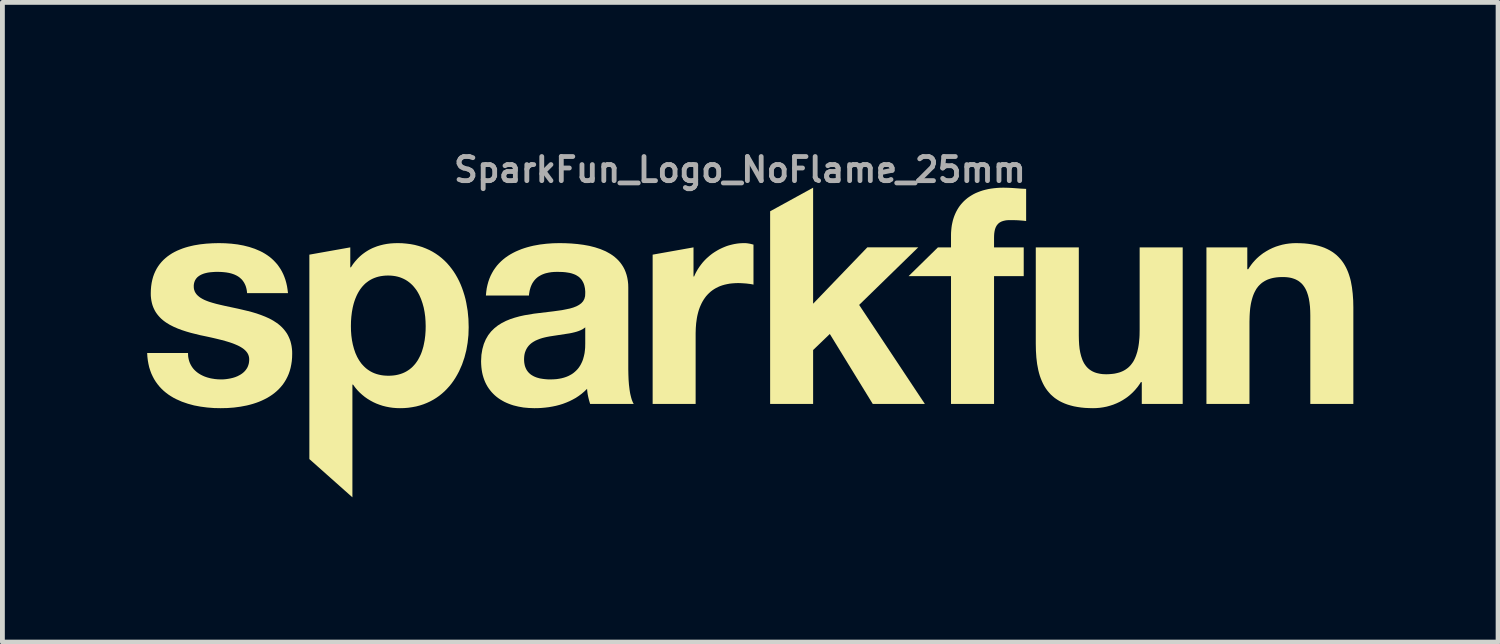
<source format=kicad_pcb>
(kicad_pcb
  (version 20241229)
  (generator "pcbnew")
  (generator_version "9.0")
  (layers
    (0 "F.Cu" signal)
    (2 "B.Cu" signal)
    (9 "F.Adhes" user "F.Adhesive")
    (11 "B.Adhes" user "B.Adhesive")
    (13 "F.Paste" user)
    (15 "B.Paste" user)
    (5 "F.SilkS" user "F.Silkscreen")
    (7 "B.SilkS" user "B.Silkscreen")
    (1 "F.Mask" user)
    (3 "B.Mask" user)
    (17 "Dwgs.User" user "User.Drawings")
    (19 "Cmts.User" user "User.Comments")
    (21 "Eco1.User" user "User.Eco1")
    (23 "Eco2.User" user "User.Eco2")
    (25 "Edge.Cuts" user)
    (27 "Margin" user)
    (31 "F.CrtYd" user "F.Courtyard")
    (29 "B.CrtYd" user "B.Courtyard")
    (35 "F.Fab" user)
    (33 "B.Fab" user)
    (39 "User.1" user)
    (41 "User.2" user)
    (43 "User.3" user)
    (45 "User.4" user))
  (footprint "SparkFun_Logo_NoFlame_25mm"
    (layer "F.Cu")
    (at 12.286 3.516)
    (property "Reference" "SparkFun_Logo_NoFlame_25mm" (at 0 -3.048 0) (layer "F.Fab") (effects (font (size 0.5 0.5) (thickness 0.1))))
    (attr board_only exclude_from_pos_files exclude_from_bom)
    (fp_poly (pts (xy 1.517 -0.271) (xy 2.641 -1.44) (xy 3.696 -1.44) (xy 2.471 -0.246) (xy 3.833 1.806) (xy 2.753 1.806) (xy 1.863 0.356) (xy 1.517 0.689) (xy 1.517 1.806) (xy 0.626 1.806) (xy 0.626 -2.187) (xy 1.517 -2.676)) (stroke (width 0) (type solid)) (fill yes) (layer "F.SilkS"))
    (fp_poly (pts (xy 0.099 -1.527) (xy 0.112 -1.527) (xy 0.125 -1.526) (xy 0.137 -1.525) (xy 0.162 -1.522) (xy 0.186 -1.518) (xy 0.21 -1.514) (xy 0.234 -1.508) (xy 0.258 -1.502) (xy 0.281 -1.496) (xy 0.281 -0.667) (xy 0.249 -0.674) (xy 0.212 -0.68) (xy 0.172 -0.685) (xy 0.131 -0.69) (xy 0.088 -0.693) (xy 0.045 -0.696) (xy 0.002 -0.698) (xy -0.039 -0.699) (xy -0.099 -0.697) (xy -0.157 -0.693) (xy -0.213 -0.687) (xy -0.266 -0.677) (xy -0.316 -0.666) (xy -0.365 -0.652) (xy -0.411 -0.636) (xy -0.454 -0.617) (xy -0.496 -0.596) (xy -0.535 -0.573) (xy -0.572 -0.548) (xy -0.607 -0.521) (xy -0.639 -0.492) (xy -0.67 -0.461) (xy -0.699 -0.429) (xy -0.725 -0.394) (xy -0.75 -0.358) (xy -0.773 -0.32) (xy -0.794 -0.281) (xy -0.813 -0.24) (xy -0.831 -0.198) (xy -0.847 -0.154) (xy -0.861 -0.109) (xy -0.873 -0.063) (xy -0.884 -0.016) (xy -0.893 0.033) (xy -0.907 0.133) (xy -0.915 0.237) (xy -0.918 0.344) (xy -0.918 1.806) (xy -1.809 1.806) (xy -1.809 -1.288) (xy -0.962 -1.439) (xy -0.962 -0.836) (xy -0.949 -0.836) (xy -0.933 -0.874) (xy -0.915 -0.912) (xy -0.895 -0.948) (xy -0.875 -0.983) (xy -0.852 -1.018) (xy -0.829 -1.052) (xy -0.804 -1.085) (xy -0.779 -1.117) (xy -0.752 -1.148) (xy -0.724 -1.178) (xy -0.695 -1.207) (xy -0.665 -1.234) (xy -0.634 -1.261) (xy -0.602 -1.287) (xy -0.569 -1.312) (xy -0.535 -1.335) (xy -0.5 -1.357) (xy -0.465 -1.378) (xy -0.429 -1.398) (xy -0.392 -1.416) (xy -0.355 -1.433) (xy -0.317 -1.449) (xy -0.279 -1.464) (xy -0.24 -1.477) (xy -0.2 -1.488) (xy -0.16 -1.498) (xy -0.12 -1.507) (xy -0.079 -1.514) (xy -0.038 -1.52) (xy 0.003 -1.524) (xy 0.045 -1.526) (xy 0.086 -1.527)) (stroke (width 0) (type solid)) (fill yes) (layer "F.SilkS"))
    (fp_poly (pts (xy 5.521 -2.675) (xy 5.58 -2.673) (xy 5.64 -2.67) (xy 5.699 -2.666) (xy 5.817 -2.657) (xy 5.875 -2.654) (xy 5.932 -2.651) (xy 5.932 -1.985) (xy 5.892 -1.99) (xy 5.851 -1.994) (xy 5.81 -1.997) (xy 5.769 -2) (xy 5.728 -2.002) (xy 5.687 -2.003) (xy 5.646 -2.004) (xy 5.606 -2.004) (xy 5.562 -2.003) (xy 5.541 -2.002) (xy 5.521 -2) (xy 5.502 -1.997) (xy 5.484 -1.993) (xy 5.466 -1.989) (xy 5.45 -1.984) (xy 5.434 -1.979) (xy 5.419 -1.973) (xy 5.405 -1.966) (xy 5.391 -1.958) (xy 5.378 -1.95) (xy 5.366 -1.941) (xy 5.355 -1.931) (xy 5.345 -1.92) (xy 5.335 -1.909) (xy 5.326 -1.897) (xy 5.317 -1.884) (xy 5.31 -1.87) (xy 5.302 -1.855) (xy 5.296 -1.839) (xy 5.29 -1.823) (xy 5.285 -1.806) (xy 5.281 -1.787) (xy 5.277 -1.768) (xy 5.274 -1.748) (xy 5.271 -1.727) (xy 5.268 -1.682) (xy 5.267 -1.634) (xy 5.267 -1.439) (xy 5.882 -1.439) (xy 5.882 -0.843) (xy 5.267 -0.843) (xy 5.267 1.806) (xy 4.375 1.806) (xy 4.375 -0.843) (xy 3.496 -0.843) (xy 4.104 -1.439) (xy 4.375 -1.439) (xy 4.375 -1.69) (xy 4.376 -1.744) (xy 4.38 -1.796) (xy 4.385 -1.848) (xy 4.392 -1.898) (xy 4.402 -1.947) (xy 4.413 -1.995) (xy 4.427 -2.042) (xy 4.443 -2.088) (xy 4.461 -2.132) (xy 4.481 -2.175) (xy 4.503 -2.216) (xy 4.527 -2.256) (xy 4.553 -2.294) (xy 4.582 -2.331) (xy 4.613 -2.366) (xy 4.645 -2.4) (xy 4.68 -2.431) (xy 4.717 -2.462) (xy 4.757 -2.49) (xy 4.798 -2.516) (xy 4.841 -2.541) (xy 4.887 -2.564) (xy 4.935 -2.584) (xy 4.985 -2.603) (xy 5.037 -2.62) (xy 5.091 -2.634) (xy 5.147 -2.647) (xy 5.206 -2.657) (xy 5.267 -2.665) (xy 5.329 -2.671) (xy 5.394 -2.675) (xy 5.462 -2.676)) (stroke (width 0) (type solid)) (fill yes) (layer "F.SilkS"))
    (fp_poly (pts (xy 7.024 0.393) (xy 7.026 0.49) (xy 7.031 0.581) (xy 7.04 0.665) (xy 7.054 0.743) (xy 7.072 0.815) (xy 7.094 0.88) (xy 7.106 0.911) (xy 7.12 0.939) (xy 7.135 0.967) (xy 7.152 0.992) (xy 7.169 1.016) (xy 7.188 1.039) (xy 7.208 1.06) (xy 7.229 1.079) (xy 7.252 1.097) (xy 7.276 1.113) (xy 7.301 1.128) (xy 7.328 1.141) (xy 7.356 1.153) (xy 7.386 1.163) (xy 7.417 1.171) (xy 7.449 1.178) (xy 7.483 1.184) (xy 7.519 1.188) (xy 7.556 1.19) (xy 7.594 1.191) (xy 7.639 1.19) (xy 7.682 1.187) (xy 7.723 1.183) (xy 7.763 1.178) (xy 7.801 1.17) (xy 7.838 1.161) (xy 7.873 1.151) (xy 7.907 1.138) (xy 7.939 1.124) (xy 7.969 1.108) (xy 7.998 1.09) (xy 8.026 1.07) (xy 8.052 1.049) (xy 8.076 1.026) (xy 8.1 1) (xy 8.121 0.973) (xy 8.142 0.944) (xy 8.161 0.913) (xy 8.178 0.88) (xy 8.194 0.845) (xy 8.209 0.808) (xy 8.222 0.769) (xy 8.235 0.728) (xy 8.245 0.685) (xy 8.255 0.64) (xy 8.263 0.592) (xy 8.27 0.543) (xy 8.275 0.491) (xy 8.28 0.437) (xy 8.283 0.381) (xy 8.285 0.262) (xy 8.285 -1.439) (xy 9.177 -1.439) (xy 9.177 1.806) (xy 8.329 1.806) (xy 8.329 1.354) (xy 8.31 1.354) (xy 8.289 1.388) (xy 8.266 1.421) (xy 8.243 1.453) (xy 8.218 1.483) (xy 8.193 1.513) (xy 8.167 1.541) (xy 8.141 1.568) (xy 8.113 1.594) (xy 8.085 1.619) (xy 8.056 1.643) (xy 8.027 1.666) (xy 7.997 1.687) (xy 7.935 1.727) (xy 7.871 1.763) (xy 7.805 1.794) (xy 7.738 1.821) (xy 7.67 1.843) (xy 7.601 1.862) (xy 7.53 1.876) (xy 7.46 1.886) (xy 7.389 1.892) (xy 7.318 1.894) (xy 7.231 1.892) (xy 7.149 1.888) (xy 7.07 1.88) (xy 6.995 1.869) (xy 6.924 1.856) (xy 6.857 1.839) (xy 6.793 1.82) (xy 6.733 1.798) (xy 6.676 1.773) (xy 6.623 1.746) (xy 6.573 1.715) (xy 6.526 1.683) (xy 6.483 1.647) (xy 6.442 1.61) (xy 6.405 1.569) (xy 6.37 1.527) (xy 6.338 1.482) (xy 6.308 1.434) (xy 6.282 1.385) (xy 6.258 1.333) (xy 6.236 1.279) (xy 6.216 1.223) (xy 6.199 1.165) (xy 6.184 1.105) (xy 6.16 0.979) (xy 6.144 0.845) (xy 6.135 0.705) (xy 6.132 0.557) (xy 6.132 -1.439) (xy 7.024 -1.439)) (stroke (width 0) (type solid)) (fill yes) (layer "F.SilkS"))
    (fp_poly (pts (xy 11.614 -1.525) (xy 11.697 -1.521) (xy 11.776 -1.513) (xy 11.85 -1.502) (xy 11.921 -1.489) (xy 11.989 -1.472) (xy 12.052 -1.453) (xy 12.113 -1.431) (xy 12.169 -1.406) (xy 12.222 -1.379) (xy 12.272 -1.349) (xy 12.319 -1.316) (xy 12.363 -1.281) (xy 12.403 -1.243) (xy 12.441 -1.202) (xy 12.476 -1.16) (xy 12.508 -1.115) (xy 12.537 -1.068) (xy 12.564 -1.018) (xy 12.588 -0.966) (xy 12.61 -0.912) (xy 12.629 -0.856) (xy 12.647 -0.798) (xy 12.662 -0.738) (xy 12.685 -0.612) (xy 12.701 -0.478) (xy 12.711 -0.338) (xy 12.714 -0.19) (xy 12.714 1.806) (xy 11.822 1.806) (xy 11.822 -0.027) (xy 11.82 -0.123) (xy 11.815 -0.214) (xy 11.805 -0.298) (xy 11.792 -0.376) (xy 11.774 -0.448) (xy 11.752 -0.513) (xy 11.739 -0.544) (xy 11.725 -0.573) (xy 11.71 -0.6) (xy 11.694 -0.625) (xy 11.676 -0.65) (xy 11.658 -0.672) (xy 11.638 -0.693) (xy 11.616 -0.712) (xy 11.594 -0.73) (xy 11.57 -0.747) (xy 11.544 -0.761) (xy 11.517 -0.775) (xy 11.489 -0.786) (xy 11.46 -0.796) (xy 11.429 -0.805) (xy 11.396 -0.812) (xy 11.362 -0.817) (xy 11.327 -0.821) (xy 11.289 -0.823) (xy 11.251 -0.824) (xy 11.206 -0.823) (xy 11.164 -0.821) (xy 11.122 -0.817) (xy 11.082 -0.811) (xy 11.044 -0.804) (xy 11.008 -0.795) (xy 10.973 -0.784) (xy 10.939 -0.772) (xy 10.907 -0.757) (xy 10.877 -0.741) (xy 10.848 -0.723) (xy 10.82 -0.704) (xy 10.794 -0.682) (xy 10.77 -0.659) (xy 10.746 -0.634) (xy 10.725 -0.607) (xy 10.704 -0.578) (xy 10.686 -0.546) (xy 10.668 -0.513) (xy 10.652 -0.478) (xy 10.637 -0.441) (xy 10.624 -0.402) (xy 10.612 -0.361) (xy 10.601 -0.318) (xy 10.591 -0.273) (xy 10.583 -0.225) (xy 10.576 -0.176) (xy 10.571 -0.124) (xy 10.567 -0.07) (xy 10.564 -0.014) (xy 10.561 0.105) (xy 10.561 1.806) (xy 9.669 1.806) (xy 9.669 -1.439) (xy 10.516 -1.439) (xy 10.516 -0.987) (xy 10.536 -0.987) (xy 10.557 -1.021) (xy 10.58 -1.054) (xy 10.603 -1.086) (xy 10.627 -1.117) (xy 10.653 -1.146) (xy 10.679 -1.175) (xy 10.705 -1.202) (xy 10.733 -1.228) (xy 10.761 -1.253) (xy 10.79 -1.276) (xy 10.819 -1.299) (xy 10.849 -1.321) (xy 10.911 -1.36) (xy 10.975 -1.396) (xy 11.04 -1.427) (xy 11.107 -1.454) (xy 11.176 -1.476) (xy 11.245 -1.495) (xy 11.315 -1.509) (xy 11.386 -1.519) (xy 11.457 -1.525) (xy 11.527 -1.527)) (stroke (width 0) (type solid)) (fill yes) (layer "F.SilkS"))
    (fp_poly (pts (xy -7.003 -1.525) (xy -6.913 -1.517) (xy -6.825 -1.506) (xy -6.741 -1.49) (xy -6.661 -1.469) (xy -6.583 -1.445) (xy -6.509 -1.416) (xy -6.437 -1.384) (xy -6.369 -1.348) (xy -6.304 -1.308) (xy -6.242 -1.265) (xy -6.183 -1.218) (xy -6.127 -1.168) (xy -6.074 -1.115) (xy -6.025 -1.059) (xy -5.978 -1) (xy -5.934 -0.939) (xy -5.893 -0.875) (xy -5.855 -0.808) (xy -5.82 -0.74) (xy -5.788 -0.669) (xy -5.759 -0.596) (xy -5.733 -0.521) (xy -5.709 -0.444) (xy -5.688 -0.366) (xy -5.671 -0.286) (xy -5.643 -0.122) (xy -5.627 0.046) (xy -5.622 0.218) (xy -5.627 0.379) (xy -5.644 0.539) (xy -5.671 0.694) (xy -5.71 0.845) (xy -5.76 0.991) (xy -5.821 1.129) (xy -5.856 1.195) (xy -5.893 1.259) (xy -5.933 1.321) (xy -5.976 1.381) (xy -6.022 1.438) (xy -6.071 1.492) (xy -6.122 1.544) (xy -6.176 1.592) (xy -6.233 1.638) (xy -6.293 1.68) (xy -6.356 1.719) (xy -6.421 1.754) (xy -6.49 1.786) (xy -6.561 1.814) (xy -6.635 1.838) (xy -6.711 1.858) (xy -6.791 1.873) (xy -6.873 1.885) (xy -6.958 1.892) (xy -7.047 1.894) (xy -7.12 1.892) (xy -7.193 1.886) (xy -7.264 1.876) (xy -7.335 1.862) (xy -7.403 1.845) (xy -7.47 1.823) (xy -7.536 1.798) (xy -7.599 1.769) (xy -7.66 1.736) (xy -7.719 1.7) (xy -7.776 1.66) (xy -7.83 1.616) (xy -7.882 1.569) (xy -7.931 1.518) (xy -7.977 1.463) (xy -8.019 1.405) (xy -8.032 1.405) (xy -8.032 3.742) (xy -8.924 2.949) (xy -8.924 0.193) (xy -8.063 0.193) (xy -8.061 0.291) (xy -8.054 0.388) (xy -8.041 0.484) (xy -8.023 0.576) (xy -7.999 0.665) (xy -7.97 0.75) (xy -7.934 0.83) (xy -7.913 0.868) (xy -7.891 0.905) (xy -7.867 0.94) (xy -7.842 0.974) (xy -7.814 1.005) (xy -7.785 1.035) (xy -7.755 1.063) (xy -7.722 1.089) (xy -7.687 1.113) (xy -7.651 1.135) (xy -7.612 1.155) (xy -7.572 1.172) (xy -7.529 1.187) (xy -7.484 1.199) (xy -7.438 1.209) (xy -7.389 1.216) (xy -7.338 1.22) (xy -7.285 1.222) (xy -7.231 1.22) (xy -7.18 1.216) (xy -7.131 1.209) (xy -7.084 1.199) (xy -7.04 1.187) (xy -6.997 1.172) (xy -6.957 1.155) (xy -6.918 1.135) (xy -6.882 1.113) (xy -6.847 1.089) (xy -6.815 1.063) (xy -6.784 1.035) (xy -6.756 1.005) (xy -6.729 0.974) (xy -6.704 0.94) (xy -6.68 0.905) (xy -6.659 0.868) (xy -6.639 0.83) (xy -6.62 0.791) (xy -6.603 0.75) (xy -6.588 0.708) (xy -6.575 0.665) (xy -6.562 0.621) (xy -6.552 0.576) (xy -6.534 0.484) (xy -6.522 0.388) (xy -6.515 0.291) (xy -6.513 0.193) (xy -6.516 0.095) (xy -6.523 -0.002) (xy -6.536 -0.097) (xy -6.554 -0.191) (xy -6.579 -0.281) (xy -6.609 -0.368) (xy -6.645 -0.45) (xy -6.666 -0.489) (xy -6.688 -0.527) (xy -6.712 -0.563) (xy -6.738 -0.597) (xy -6.765 -0.63) (xy -6.794 -0.661) (xy -6.825 -0.69) (xy -6.858 -0.717) (xy -6.892 -0.742) (xy -6.929 -0.765) (xy -6.967 -0.785) (xy -7.007 -0.803) (xy -7.049 -0.819) (xy -7.094 -0.832) (xy -7.14 -0.842) (xy -7.188 -0.849) (xy -7.239 -0.854) (xy -7.291 -0.855) (xy -7.345 -0.854) (xy -7.396 -0.849) (xy -7.445 -0.842) (xy -7.492 -0.832) (xy -7.537 -0.819) (xy -7.579 -0.804) (xy -7.62 -0.786) (xy -7.658 -0.766) (xy -7.695 -0.743) (xy -7.729 -0.718) (xy -7.762 -0.692) (xy -7.792 -0.663) (xy -7.821 -0.632) (xy -7.848 -0.599) (xy -7.873 -0.565) (xy -7.896 -0.529) (xy -7.918 -0.491) (xy -7.938 -0.452) (xy -7.956 -0.412) (xy -7.973 -0.37) (xy -7.988 -0.328) (xy -8.002 -0.284) (xy -8.014 -0.239) (xy -8.025 -0.193) (xy -8.042 -0.1) (xy -8.054 -0.003) (xy -8.061 0.094) (xy -8.063 0.193) (xy -8.924 0.193) (xy -8.924 -1.288) (xy -8.076 -1.439) (xy -8.076 -1.025) (xy -8.063 -1.025) (xy -8.042 -1.057) (xy -8.021 -1.089) (xy -7.998 -1.119) (xy -7.975 -1.148) (xy -7.951 -1.175) (xy -7.927 -1.202) (xy -7.902 -1.227) (xy -7.876 -1.252) (xy -7.85 -1.275) (xy -7.823 -1.297) (xy -7.795 -1.318) (xy -7.767 -1.338) (xy -7.738 -1.357) (xy -7.709 -1.375) (xy -7.679 -1.392) (xy -7.648 -1.408) (xy -7.617 -1.423) (xy -7.586 -1.436) (xy -7.521 -1.461) (xy -7.455 -1.481) (xy -7.386 -1.498) (xy -7.316 -1.511) (xy -7.245 -1.52) (xy -7.171 -1.525) (xy -7.097 -1.527)) (stroke (width 0) (type solid)) (fill yes) (layer "F.SilkS"))
    (fp_poly (pts (xy -3.617 -1.525) (xy -3.493 -1.519) (xy -3.368 -1.508) (xy -3.244 -1.492) (xy -3.122 -1.47) (xy -3.004 -1.44) (xy -2.891 -1.403) (xy -2.784 -1.358) (xy -2.734 -1.331) (xy -2.685 -1.303) (xy -2.638 -1.272) (xy -2.594 -1.238) (xy -2.553 -1.202) (xy -2.514 -1.163) (xy -2.479 -1.122) (xy -2.446 -1.077) (xy -2.416 -1.029) (xy -2.39 -0.979) (xy -2.368 -0.925) (xy -2.349 -0.868) (xy -2.334 -0.807) (xy -2.323 -0.743) (xy -2.316 -0.676) (xy -2.314 -0.605) (xy -2.314 1.085) (xy -2.312 1.195) (xy -2.308 1.303) (xy -2.3 1.408) (xy -2.288 1.507) (xy -2.281 1.553) (xy -2.273 1.598) (xy -2.263 1.64) (xy -2.253 1.679) (xy -2.242 1.716) (xy -2.229 1.75) (xy -2.216 1.78) (xy -2.201 1.806) (xy -3.105 1.806) (xy -3.116 1.768) (xy -3.127 1.73) (xy -3.137 1.691) (xy -3.146 1.652) (xy -3.154 1.612) (xy -3.16 1.572) (xy -3.165 1.532) (xy -3.168 1.493) (xy -3.223 1.546) (xy -3.28 1.595) (xy -3.339 1.639) (xy -3.401 1.68) (xy -3.466 1.716) (xy -3.532 1.749) (xy -3.6 1.778) (xy -3.669 1.804) (xy -3.74 1.826) (xy -3.813 1.845) (xy -3.886 1.86) (xy -3.96 1.873) (xy -4.035 1.882) (xy -4.11 1.889) (xy -4.185 1.893) (xy -4.261 1.894) (xy -4.375 1.89) (xy -4.486 1.88) (xy -4.593 1.861) (xy -4.695 1.836) (xy -4.744 1.82) (xy -4.792 1.802) (xy -4.838 1.783) (xy -4.883 1.762) (xy -4.926 1.738) (xy -4.968 1.713) (xy -5.008 1.686) (xy -5.046 1.657) (xy -5.082 1.626) (xy -5.116 1.593) (xy -5.149 1.558) (xy -5.179 1.521) (xy -5.208 1.482) (xy -5.234 1.442) (xy -5.258 1.399) (xy -5.28 1.354) (xy -5.299 1.307) (xy -5.316 1.258) (xy -5.331 1.207) (xy -5.343 1.154) (xy -5.352 1.099) (xy -5.359 1.041) (xy -5.363 0.982) (xy -5.365 0.921) (xy -5.363 0.884) (xy -4.474 0.884) (xy -4.473 0.913) (xy -4.471 0.942) (xy -4.467 0.969) (xy -4.462 0.995) (xy -4.456 1.02) (xy -4.448 1.043) (xy -4.439 1.065) (xy -4.429 1.086) (xy -4.418 1.106) (xy -4.405 1.124) (xy -4.392 1.142) (xy -4.377 1.158) (xy -4.362 1.173) (xy -4.345 1.188) (xy -4.328 1.201) (xy -4.309 1.213) (xy -4.29 1.224) (xy -4.27 1.235) (xy -4.249 1.244) (xy -4.227 1.253) (xy -4.205 1.261) (xy -4.182 1.267) (xy -4.159 1.274) (xy -4.135 1.279) (xy -4.085 1.287) (xy -4.034 1.293) (xy -3.981 1.297) (xy -3.927 1.298) (xy -3.864 1.296) (xy -3.804 1.292) (xy -3.748 1.284) (xy -3.696 1.274) (xy -3.647 1.261) (xy -3.602 1.246) (xy -3.56 1.229) (xy -3.521 1.209) (xy -3.484 1.188) (xy -3.451 1.165) (xy -3.421 1.14) (xy -3.393 1.114) (xy -3.367 1.087) (xy -3.344 1.059) (xy -3.324 1.03) (xy -3.305 1) (xy -3.289 0.969) (xy -3.274 0.938) (xy -3.261 0.907) (xy -3.25 0.875) (xy -3.233 0.813) (xy -3.22 0.752) (xy -3.213 0.694) (xy -3.208 0.641) (xy -3.206 0.551) (xy -3.206 0.218) (xy -3.22 0.23) (xy -3.236 0.241) (xy -3.252 0.252) (xy -3.269 0.262) (xy -3.306 0.28) (xy -3.346 0.296) (xy -3.389 0.31) (xy -3.433 0.322) (xy -3.48 0.333) (xy -3.529 0.343) (xy -3.946 0.407) (xy -3.998 0.417) (xy -4.048 0.428) (xy -4.098 0.441) (xy -4.145 0.456) (xy -4.191 0.474) (xy -4.235 0.493) (xy -4.276 0.516) (xy -4.295 0.528) (xy -4.314 0.541) (xy -4.332 0.555) (xy -4.349 0.57) (xy -4.365 0.586) (xy -4.38 0.602) (xy -4.394 0.62) (xy -4.407 0.638) (xy -4.419 0.658) (xy -4.43 0.678) (xy -4.44 0.7) (xy -4.449 0.723) (xy -4.457 0.746) (xy -4.463 0.771) (xy -4.468 0.798) (xy -4.471 0.825) (xy -4.473 0.854) (xy -4.474 0.884) (xy -5.363 0.884) (xy -5.358 0.789) (xy -5.338 0.67) (xy -5.308 0.563) (xy -5.267 0.467) (xy -5.217 0.381) (xy -5.158 0.305) (xy -5.091 0.239) (xy -5.017 0.18) (xy -4.937 0.13) (xy -4.851 0.086) (xy -4.761 0.049) (xy -4.667 0.018) (xy -4.569 -0.009) (xy -4.47 -0.031) (xy -4.267 -0.065) (xy -3.869 -0.113) (xy -3.688 -0.138) (xy -3.526 -0.171) (xy -3.454 -0.192) (xy -3.39 -0.217) (xy -3.334 -0.247) (xy -3.287 -0.282) (xy -3.25 -0.323) (xy -3.224 -0.372) (xy -3.209 -0.427) (xy -3.206 -0.491) (xy -3.206 -0.526) (xy -3.209 -0.558) (xy -3.212 -0.589) (xy -3.218 -0.618) (xy -3.224 -0.646) (xy -3.232 -0.672) (xy -3.241 -0.696) (xy -3.252 -0.719) (xy -3.264 -0.74) (xy -3.276 -0.76) (xy -3.291 -0.779) (xy -3.306 -0.796) (xy -3.322 -0.812) (xy -3.339 -0.827) (xy -3.358 -0.84) (xy -3.377 -0.852) (xy -3.397 -0.864) (xy -3.418 -0.874) (xy -3.44 -0.883) (xy -3.463 -0.891) (xy -3.486 -0.899) (xy -3.51 -0.905) (xy -3.535 -0.911) (xy -3.561 -0.915) (xy -3.613 -0.923) (xy -3.668 -0.928) (xy -3.725 -0.93) (xy -3.783 -0.931) (xy -3.846 -0.93) (xy -3.906 -0.925) (xy -3.963 -0.916) (xy -4.017 -0.904) (xy -4.042 -0.897) (xy -4.067 -0.888) (xy -4.09 -0.879) (xy -4.113 -0.869) (xy -4.135 -0.857) (xy -4.156 -0.845) (xy -4.177 -0.832) (xy -4.196 -0.818) (xy -4.214 -0.803) (xy -4.232 -0.786) (xy -4.248 -0.769) (xy -4.264 -0.75) (xy -4.278 -0.731) (xy -4.292 -0.71) (xy -4.305 -0.689) (xy -4.316 -0.666) (xy -4.327 -0.642) (xy -4.337 -0.617) (xy -4.345 -0.59) (xy -4.353 -0.563) (xy -4.36 -0.534) (xy -4.365 -0.504) (xy -4.37 -0.473) (xy -4.373 -0.441) (xy -5.265 -0.441) (xy -5.258 -0.517) (xy -5.248 -0.59) (xy -5.233 -0.659) (xy -5.215 -0.725) (xy -5.193 -0.789) (xy -5.168 -0.849) (xy -5.139 -0.906) (xy -5.108 -0.96) (xy -5.073 -1.011) (xy -5.036 -1.06) (xy -4.995 -1.106) (xy -4.952 -1.149) (xy -4.907 -1.189) (xy -4.859 -1.227) (xy -4.809 -1.262) (xy -4.756 -1.295) (xy -4.702 -1.325) (xy -4.646 -1.353) (xy -4.588 -1.378) (xy -4.529 -1.402) (xy -4.468 -1.423) (xy -4.406 -1.442) (xy -4.342 -1.459) (xy -4.278 -1.474) (xy -4.146 -1.498) (xy -4.012 -1.514) (xy -3.876 -1.524) (xy -3.74 -1.527)) (stroke (width 0) (type solid)) (fill yes) (layer "F.SilkS"))
    (fp_poly (pts (xy -10.668 -1.524) (xy -10.539 -1.515) (xy -10.412 -1.5) (xy -10.288 -1.477) (xy -10.169 -1.447) (xy -10.055 -1.409) (xy -9.947 -1.363) (xy -9.895 -1.337) (xy -9.845 -1.308) (xy -9.797 -1.277) (xy -9.751 -1.244) (xy -9.707 -1.208) (xy -9.665 -1.169) (xy -9.626 -1.128) (xy -9.588 -1.085) (xy -9.554 -1.038) (xy -9.521 -0.989) (xy -9.492 -0.938) (xy -9.465 -0.883) (xy -9.441 -0.825) (xy -9.42 -0.765) (xy -9.402 -0.701) (xy -9.387 -0.634) (xy -9.376 -0.564) (xy -9.367 -0.491) (xy -10.215 -0.491) (xy -10.218 -0.523) (xy -10.222 -0.553) (xy -10.228 -0.582) (xy -10.235 -0.609) (xy -10.243 -0.635) (xy -10.253 -0.66) (xy -10.264 -0.683) (xy -10.276 -0.706) (xy -10.289 -0.726) (xy -10.303 -0.746) (xy -10.318 -0.765) (xy -10.334 -0.782) (xy -10.352 -0.798) (xy -10.37 -0.814) (xy -10.389 -0.828) (xy -10.409 -0.841) (xy -10.43 -0.853) (xy -10.452 -0.864) (xy -10.474 -0.874) (xy -10.497 -0.883) (xy -10.521 -0.891) (xy -10.546 -0.899) (xy -10.571 -0.905) (xy -10.597 -0.911) (xy -10.651 -0.92) (xy -10.707 -0.926) (xy -10.765 -0.93) (xy -10.824 -0.931) (xy -10.863 -0.931) (xy -10.903 -0.929) (xy -10.944 -0.926) (xy -10.986 -0.922) (xy -11.028 -0.916) (xy -11.069 -0.907) (xy -11.109 -0.896) (xy -11.148 -0.881) (xy -11.166 -0.873) (xy -11.183 -0.864) (xy -11.2 -0.854) (xy -11.216 -0.843) (xy -11.231 -0.832) (xy -11.246 -0.819) (xy -11.259 -0.805) (xy -11.271 -0.79) (xy -11.282 -0.774) (xy -11.292 -0.757) (xy -11.3 -0.739) (xy -11.307 -0.72) (xy -11.313 -0.699) (xy -11.317 -0.677) (xy -11.32 -0.654) (xy -11.32 -0.629) (xy -11.319 -0.6) (xy -11.315 -0.572) (xy -11.307 -0.546) (xy -11.298 -0.521) (xy -11.285 -0.498) (xy -11.27 -0.476) (xy -11.253 -0.455) (xy -11.233 -0.436) (xy -11.211 -0.417) (xy -11.187 -0.399) (xy -11.161 -0.383) (xy -11.133 -0.367) (xy -11.103 -0.352) (xy -11.071 -0.338) (xy -11.038 -0.325) (xy -11.003 -0.312) (xy -10.929 -0.289) (xy -10.85 -0.267) (xy -10.766 -0.247) (xy -10.679 -0.227) (xy -10.497 -0.188) (xy -10.403 -0.168) (xy -10.309 -0.146) (xy -10.212 -0.123) (xy -10.115 -0.098) (xy -10.021 -0.07) (xy -9.929 -0.038) (xy -9.84 -0.003) (xy -9.755 0.035) (xy -9.674 0.079) (xy -9.599 0.128) (xy -9.564 0.154) (xy -9.53 0.182) (xy -9.498 0.212) (xy -9.468 0.243) (xy -9.44 0.276) (xy -9.414 0.31) (xy -9.389 0.346) (xy -9.367 0.385) (xy -9.348 0.425) (xy -9.33 0.467) (xy -9.315 0.511) (xy -9.303 0.557) (xy -9.293 0.605) (xy -9.286 0.656) (xy -9.281 0.709) (xy -9.28 0.764) (xy -9.282 0.843) (xy -9.288 0.918) (xy -9.299 0.989) (xy -9.313 1.058) (xy -9.331 1.123) (xy -9.353 1.186) (xy -9.379 1.245) (xy -9.408 1.301) (xy -9.44 1.354) (xy -9.475 1.405) (xy -9.514 1.452) (xy -9.555 1.497) (xy -9.599 1.539) (xy -9.645 1.578) (xy -9.694 1.615) (xy -9.745 1.649) (xy -9.798 1.681) (xy -9.854 1.71) (xy -9.911 1.737) (xy -9.97 1.762) (xy -10.03 1.784) (xy -10.092 1.804) (xy -10.156 1.822) (xy -10.22 1.838) (xy -10.352 1.863) (xy -10.487 1.881) (xy -10.624 1.891) (xy -10.762 1.894) (xy -10.902 1.891) (xy -11.042 1.88) (xy -11.179 1.862) (xy -11.313 1.837) (xy -11.442 1.802) (xy -11.567 1.759) (xy -11.684 1.707) (xy -11.74 1.678) (xy -11.795 1.645) (xy -11.847 1.611) (xy -11.896 1.574) (xy -11.944 1.534) (xy -11.989 1.491) (xy -12.031 1.446) (xy -12.07 1.398) (xy -12.107 1.347) (xy -12.141 1.293) (xy -12.171 1.236) (xy -12.199 1.176) (xy -12.222 1.114) (xy -12.243 1.048) (xy -12.259 0.978) (xy -12.272 0.906) (xy -12.281 0.83) (xy -12.286 0.751) (xy -11.439 0.751) (xy -11.438 0.787) (xy -11.436 0.821) (xy -11.431 0.853) (xy -11.424 0.885) (xy -11.416 0.915) (xy -11.406 0.944) (xy -11.394 0.972) (xy -11.381 0.998) (xy -11.366 1.024) (xy -11.35 1.048) (xy -11.333 1.071) (xy -11.314 1.093) (xy -11.294 1.113) (xy -11.272 1.133) (xy -11.25 1.151) (xy -11.227 1.168) (xy -11.202 1.184) (xy -11.177 1.199) (xy -11.15 1.213) (xy -11.123 1.226) (xy -11.095 1.238) (xy -11.067 1.248) (xy -11.037 1.258) (xy -11.007 1.266) (xy -10.977 1.274) (xy -10.946 1.28) (xy -10.883 1.29) (xy -10.819 1.296) (xy -10.755 1.298) (xy -10.707 1.297) (xy -10.658 1.293) (xy -10.608 1.286) (xy -10.558 1.277) (xy -10.508 1.265) (xy -10.46 1.25) (xy -10.413 1.231) (xy -10.369 1.208) (xy -10.348 1.196) (xy -10.327 1.182) (xy -10.308 1.168) (xy -10.29 1.153) (xy -10.272 1.136) (xy -10.256 1.119) (xy -10.241 1.1) (xy -10.227 1.081) (xy -10.214 1.06) (xy -10.203 1.039) (xy -10.194 1.016) (xy -10.186 0.992) (xy -10.179 0.967) (xy -10.175 0.94) (xy -10.172 0.913) (xy -10.171 0.884) (xy -10.172 0.859) (xy -10.175 0.835) (xy -10.181 0.812) (xy -10.188 0.79) (xy -10.198 0.769) (xy -10.21 0.748) (xy -10.224 0.729) (xy -10.24 0.71) (xy -10.258 0.692) (xy -10.278 0.674) (xy -10.3 0.657) (xy -10.324 0.641) (xy -10.35 0.625) (xy -10.377 0.61) (xy -10.407 0.595) (xy -10.439 0.581) (xy -10.472 0.567) (xy -10.507 0.553) (xy -10.544 0.54) (xy -10.583 0.527) (xy -10.666 0.502) (xy -10.756 0.478) (xy -10.853 0.454) (xy -10.956 0.43) (xy -11.066 0.406) (xy -11.182 0.382) (xy -11.376 0.334) (xy -11.47 0.307) (xy -11.562 0.277) (xy -11.651 0.244) (xy -11.736 0.207) (xy -11.817 0.166) (xy -11.892 0.12) (xy -11.927 0.095) (xy -11.961 0.069) (xy -11.993 0.041) (xy -12.023 0.011) (xy -12.051 -0.02) (xy -12.077 -0.052) (xy -12.102 -0.087) (xy -12.124 -0.123) (xy -12.143 -0.161) (xy -12.161 -0.201) (xy -12.176 -0.243) (xy -12.188 -0.287) (xy -12.198 -0.333) (xy -12.205 -0.381) (xy -12.21 -0.432) (xy -12.211 -0.485) (xy -12.209 -0.561) (xy -12.203 -0.633) (xy -12.193 -0.702) (xy -12.179 -0.768) (xy -12.162 -0.83) (xy -12.141 -0.889) (xy -12.116 -0.945) (xy -12.089 -0.997) (xy -12.058 -1.047) (xy -12.024 -1.094) (xy -11.987 -1.138) (xy -11.948 -1.179) (xy -11.906 -1.217) (xy -11.862 -1.253) (xy -11.815 -1.286) (xy -11.767 -1.317) (xy -11.716 -1.345) (xy -11.663 -1.371) (xy -11.608 -1.394) (xy -11.552 -1.416) (xy -11.495 -1.435) (xy -11.436 -1.452) (xy -11.375 -1.467) (xy -11.314 -1.481) (xy -11.188 -1.502) (xy -11.06 -1.516) (xy -10.93 -1.524) (xy -10.799 -1.527)) (stroke (width 0) (type solid)) (fill yes) (layer "F.SilkS")))
  (gr_rect
    (start -3 -3)
    (end 28 10.258)
    (stroke (width 0.1) (type default))
    (fill no)
    (layer "Edge.Cuts")))
</source>
